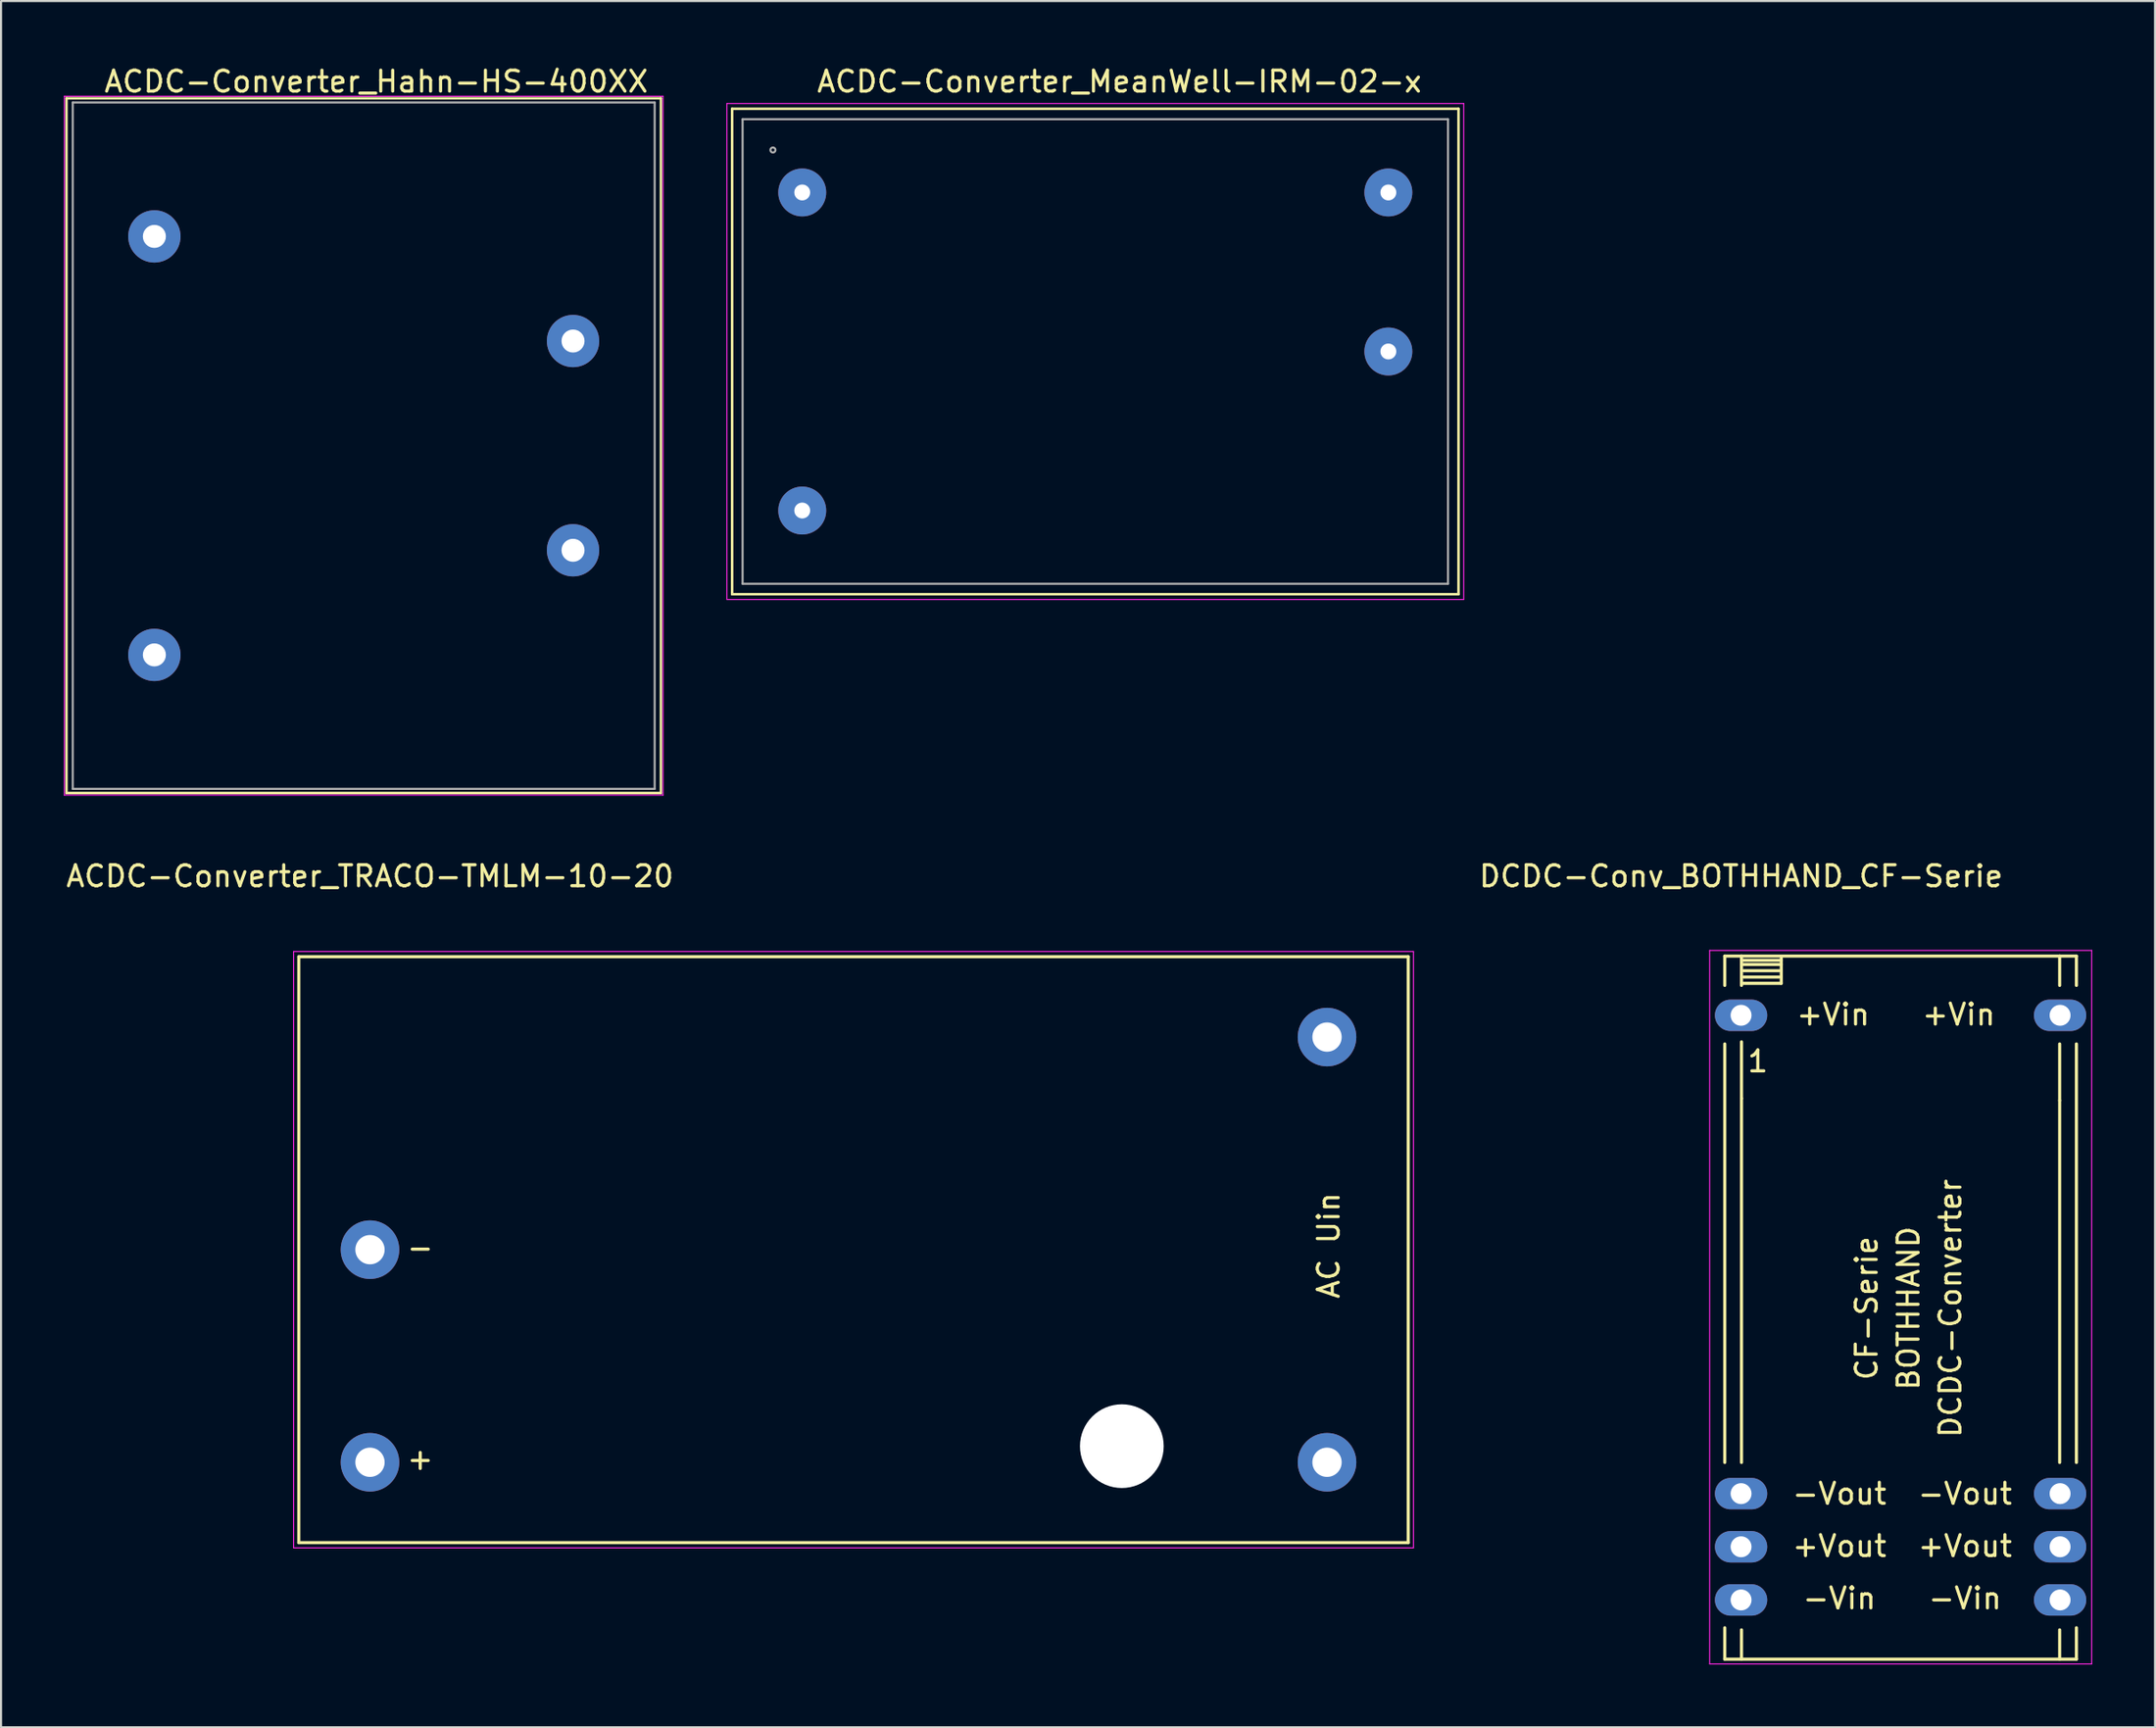
<source format=kicad_pcb>
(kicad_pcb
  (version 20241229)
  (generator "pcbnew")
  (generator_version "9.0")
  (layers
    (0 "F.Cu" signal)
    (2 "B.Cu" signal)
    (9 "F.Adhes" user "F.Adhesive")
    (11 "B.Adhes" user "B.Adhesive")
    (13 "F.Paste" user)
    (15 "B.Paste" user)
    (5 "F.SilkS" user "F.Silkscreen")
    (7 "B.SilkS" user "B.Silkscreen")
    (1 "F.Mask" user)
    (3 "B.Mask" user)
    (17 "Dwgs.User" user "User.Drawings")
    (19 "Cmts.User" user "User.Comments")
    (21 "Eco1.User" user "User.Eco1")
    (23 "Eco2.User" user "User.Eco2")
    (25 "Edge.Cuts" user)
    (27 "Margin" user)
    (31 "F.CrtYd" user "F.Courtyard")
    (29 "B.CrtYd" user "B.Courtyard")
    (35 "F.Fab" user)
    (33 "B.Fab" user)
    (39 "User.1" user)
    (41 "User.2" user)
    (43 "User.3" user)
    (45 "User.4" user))
  (footprint "ACDC-Converter_MeanWell-IRM-02-x"
    (layer "F.Cu")
    (at 35.275 6.148)
    (property "Reference" "ACDC-Converter_MeanWell-IRM-02-x" (at 15.15 -5.3 0) (layer "F.SilkS") (effects (font (size 1 1) (thickness 0.15))))
    (attr through_hole)
    (fp_line (start -3.35 -4) (end 31.35 -4) (stroke (width 0.12) (type solid)) (layer "F.SilkS"))
    (fp_line (start -3.35 19.2) (end -3.35 -4) (stroke (width 0.12) (type solid)) (layer "F.SilkS"))
    (fp_line (start -3.35 19.2) (end 31.35 19.2) (stroke (width 0.12) (type solid)) (layer "F.SilkS"))
    (fp_line (start 31.35 -4) (end 31.35 19.2) (stroke (width 0.12) (type solid)) (layer "F.SilkS"))
    (fp_line (start -3.6 -4.25) (end 31.6 -4.25) (stroke (width 0.05) (type solid)) (layer "F.CrtYd"))
    (fp_line (start -3.6 19.45) (end -3.6 -4.25) (stroke (width 0.05) (type solid)) (layer "F.CrtYd"))
    (fp_line (start -3.6 19.45) (end 31.6 19.45) (stroke (width 0.05) (type solid)) (layer "F.CrtYd"))
    (fp_line (start 31.6 19.45) (end 31.6 -4.25) (stroke (width 0.05) (type solid)) (layer "F.CrtYd"))
    (fp_line (start -2.85 -3.5) (end 30.85 -3.5) (stroke (width 0.1) (type solid)) (layer "F.Fab"))
    (fp_line (start -2.85 18.7) (end -2.85 -3.5) (stroke (width 0.1) (type solid)) (layer "F.Fab"))
    (fp_line (start -2.85 18.7) (end 30.85 18.7) (stroke (width 0.1) (type solid)) (layer "F.Fab"))
    (fp_line (start 30.85 18.7) (end 30.85 -3.5) (stroke (width 0.1) (type solid)) (layer "F.Fab"))
    (fp_circle (center -1.4 -2.03) (end -1.4 -1.91) (stroke (width 0.1) (type solid)) (fill no) (layer "F.Fab"))
    (pad "1" thru_hole circle (at 0 0) (size 2.29 2.29) (drill 0.76) (layers "*.Cu" "*.Mask"))
    (pad "2" thru_hole circle (at 0 15.2) (size 2.29 2.29) (drill 0.76) (layers "*.Cu" "*.Mask"))
    (pad "3" thru_hole circle (at 28 0) (size 2.29 2.29) (drill 0.76) (layers "*.Cu" "*.Mask"))
    (pad "4" thru_hole circle (at 28 7.6) (size 2.29 2.29) (drill 0.76) (layers "*.Cu" "*.Mask")))
  (footprint "ACDC-Converter_Hahn-HS-400XX"
    (layer "F.Cu")
    (at 4.325 28.248)
    (property "Reference" "ACDC-Converter_Hahn-HS-400XX" (at 10.6 -27.4 0) (layer "F.SilkS") (effects (font (size 1 1) (thickness 0.15))))
    (attr through_hole)
    (fp_line (start -4.2 -26.6) (end 24.2 -26.6) (stroke (width 0.12) (type solid)) (layer "F.SilkS"))
    (fp_line (start -4.2 6.6) (end -4.2 -26.6) (stroke (width 0.12) (type solid)) (layer "F.SilkS"))
    (fp_line (start 24.2 -26.6) (end 24.2 6.6) (stroke (width 0.12) (type solid)) (layer "F.SilkS"))
    (fp_line (start 24.2 6.6) (end -4.2 6.6) (stroke (width 0.12) (type solid)) (layer "F.SilkS"))
    (fp_line (start -4.3 -26.7) (end 24.3 -26.7) (stroke (width 0.05) (type solid)) (layer "F.CrtYd"))
    (fp_line (start -4.3 6.7) (end -4.3 -26.7) (stroke (width 0.05) (type solid)) (layer "F.CrtYd"))
    (fp_line (start 24.3 -26.7) (end 24.3 6.7) (stroke (width 0.05) (type solid)) (layer "F.CrtYd"))
    (fp_line (start 24.3 6.7) (end -4.3 6.7) (stroke (width 0.05) (type solid)) (layer "F.CrtYd"))
    (fp_line (start -3.9 -26.4) (end 23.9 -26.4) (stroke (width 0.1) (type solid)) (layer "F.Fab"))
    (fp_line (start -3.9 6.4) (end -3.9 -26.4) (stroke (width 0.1) (type solid)) (layer "F.Fab"))
    (fp_line (start -3.9 6.4) (end 23.9 6.4) (stroke (width 0.1) (type solid)) (layer "F.Fab"))
    (fp_line (start 23.9 6.4) (end 23.9 -26.4) (stroke (width 0.1) (type solid)) (layer "F.Fab"))
    (pad "1" thru_hole circle (at 0 0) (size 2.5 2.5) (drill 1.1) (layers "*.Cu" "*.Mask"))
    (pad "5" thru_hole circle (at 0 -20) (size 2.5 2.5) (drill 1.1) (layers "*.Cu" "*.Mask"))
    (pad "7" thru_hole circle (at 20 -15) (size 2.5 2.5) (drill 1.1) (layers "*.Cu" "*.Mask"))
    (pad "9" thru_hole circle (at 20 -5) (size 2.5 2.5) (drill 1.1) (layers "*.Cu" "*.Mask")))
  (footprint "ACDC-Converter_TRACO-TMLM-10-20"
    (layer "F.Cu")
    (at 14.625 56.672)
    (property "Reference" "ACDC-Converter_TRACO-TMLM-10-20" (at 0 -17.85 0) (layer "F.SilkS") (effects (font (size 1 1) (thickness 0.15))))
    (attr through_hole)
    (fp_line (start -3.401 -14.001) (end 49.599 -14.001) (stroke (width 0.15) (type solid)) (layer "F.SilkS"))
    (fp_line (start -3.401 14.001) (end -3.401 -14.001) (stroke (width 0.15) (type solid)) (layer "F.SilkS"))
    (fp_line (start 49.599 -14.001) (end 49.599 14.001) (stroke (width 0.15) (type solid)) (layer "F.SilkS"))
    (fp_line (start 49.599 14.001) (end -3.401 14.001) (stroke (width 0.15) (type solid)) (layer "F.SilkS"))
    (fp_line (start -3.65 -14.25) (end -3.65 14.25) (stroke (width 0.05) (type solid)) (layer "F.CrtYd"))
    (fp_line (start -3.65 -14.25) (end 49.85 -14.25) (stroke (width 0.05) (type solid)) (layer "F.CrtYd"))
    (fp_line (start -3.65 14.25) (end 49.85 14.25) (stroke (width 0.05) (type solid)) (layer "F.CrtYd"))
    (fp_line (start 49.85 -14.25) (end 49.85 14.25) (stroke (width 0.05) (type solid)) (layer "F.CrtYd"))
    (fp_text user "+" (at 2.4 10 0) (layer "F.SilkS") (effects (font (size 1 1) (thickness 0.15))))
    (fp_text user "AC Uin" (at 45.8 -0.2 90) (layer "F.SilkS") (effects (font (size 1 1) (thickness 0.15))))
    (fp_text user "-" (at 2.4 -0.1 0) (layer "F.SilkS") (effects (font (size 1 1) (thickness 0.15))))
    (pad "" np_thru_hole circle (at 35.918 9.39) (size 4 4) (drill 4) (layers "*.Cu" "*.Mask"))
    (pad "1" thru_hole circle (at 0 0) (size 2.799 2.799) (drill 1.4) (layers "*.Cu" "*.Mask"))
    (pad "2" thru_hole circle (at 0 10.16) (size 2.799 2.799) (drill 1.4) (layers "*.Cu" "*.Mask"))
    (pad "3" thru_hole circle (at 45.72 10.16) (size 2.799 2.799) (drill 1.4) (layers "*.Cu" "*.Mask"))
    (pad "4" thru_hole circle (at 45.72 -10.16) (size 2.799 2.799) (drill 1.4) (layers "*.Cu" "*.Mask")))
  (footprint "DCDC-Conv_BOTHHAND_CF-Serie"
    (layer "F.Cu")
    (at 80.125 45.471)
    (property "Reference" "DCDC-Conv_BOTHHAND_CF-Serie" (at 0 -6.65 0) (layer "F.SilkS") (effects (font (size 1 1) (thickness 0.15))))
    (attr through_hole)
    (fp_line (start -0.78 -2.83) (end -0.78 -1.43) (stroke (width 0.15) (type solid)) (layer "F.SilkS"))
    (fp_line (start -0.78 21.369) (end -0.78 1.369) (stroke (width 0.15) (type solid)) (layer "F.SilkS"))
    (fp_line (start -0.78 30.77) (end -0.78 29.271) (stroke (width 0.15) (type solid)) (layer "F.SilkS"))
    (fp_line (start 0.02 -2.83) (end -0.78 -2.83) (stroke (width 0.15) (type solid)) (layer "F.SilkS"))
    (fp_line (start 0.02 -2.83) (end 0.02 -1.43) (stroke (width 0.15) (type solid)) (layer "F.SilkS"))
    (fp_line (start 0.02 3.97) (end 0.02 1.27) (stroke (width 0.15) (type solid)) (layer "F.SilkS"))
    (fp_line (start 0.02 21.369) (end 0.02 3.97) (stroke (width 0.15) (type solid)) (layer "F.SilkS"))
    (fp_line (start 0.02 30.77) (end -0.78 30.77) (stroke (width 0.15) (type solid)) (layer "F.SilkS"))
    (fp_line (start 0.02 30.77) (end 0.02 29.37) (stroke (width 0.15) (type solid)) (layer "F.SilkS"))
    (fp_line (start 0.02 30.77) (end 15.22 30.77) (stroke (width 0.15) (type solid)) (layer "F.SilkS"))
    (fp_line (start 1.821 -2.131) (end 0.119 -2.131) (stroke (width 0.15) (type solid)) (layer "F.SilkS"))
    (fp_line (start 1.821 -1.829) (end 0.119 -1.829) (stroke (width 0.15) (type solid)) (layer "F.SilkS"))
    (fp_line (start 1.92 -2.731) (end 1.92 -1.529) (stroke (width 0.15) (type solid)) (layer "F.SilkS"))
    (fp_line (start 1.92 -2.629) (end 0.02 -2.629) (stroke (width 0.15) (type solid)) (layer "F.SilkS"))
    (fp_line (start 1.92 -2.431) (end 0.02 -2.431) (stroke (width 0.15) (type solid)) (layer "F.SilkS"))
    (fp_line (start 1.92 -1.529) (end 0.02 -1.529) (stroke (width 0.15) (type solid)) (layer "F.SilkS"))
    (fp_line (start 15.22 -2.83) (end 0.02 -2.83) (stroke (width 0.15) (type solid)) (layer "F.SilkS"))
    (fp_line (start 15.22 -2.83) (end 15.22 -1.43) (stroke (width 0.15) (type solid)) (layer "F.SilkS"))
    (fp_line (start 15.22 -2.83) (end 16.02 -2.83) (stroke (width 0.15) (type solid)) (layer "F.SilkS"))
    (fp_line (start 15.22 4.069) (end 15.22 1.369) (stroke (width 0.15) (type solid)) (layer "F.SilkS"))
    (fp_line (start 15.22 4.069) (end 15.22 21.369) (stroke (width 0.15) (type solid)) (layer "F.SilkS"))
    (fp_line (start 15.22 29.37) (end 15.22 30.77) (stroke (width 0.15) (type solid)) (layer "F.SilkS"))
    (fp_line (start 15.22 30.77) (end 16.02 30.77) (stroke (width 0.15) (type solid)) (layer "F.SilkS"))
    (fp_line (start 16.02 -2.83) (end 16.02 -1.43) (stroke (width 0.15) (type solid)) (layer "F.SilkS"))
    (fp_line (start 16.02 21.369) (end 16.02 1.369) (stroke (width 0.15) (type solid)) (layer "F.SilkS"))
    (fp_line (start 16.02 30.77) (end 16.02 29.271) (stroke (width 0.15) (type solid)) (layer "F.SilkS"))
    (fp_line (start -1.5 -3.1) (end -1.5 31) (stroke (width 0.05) (type solid)) (layer "F.CrtYd"))
    (fp_line (start -1.5 -3.1) (end 16.75 -3.1) (stroke (width 0.05) (type solid)) (layer "F.CrtYd"))
    (fp_line (start -1.5 31) (end 16.75 31) (stroke (width 0.05) (type solid)) (layer "F.CrtYd"))
    (fp_line (start 16.75 -3.1) (end 16.75 31) (stroke (width 0.05) (type solid)) (layer "F.CrtYd"))
    (fp_text user "+Vin" (at 4.398 -0.038 0) (layer "F.SilkS") (effects (font (size 1 1) (thickness 0.15))))
    (fp_text user "CF-Serie" (at 6 14 270) (layer "F.SilkS") (effects (font (size 1 1) (thickness 0.15))))
    (fp_text user "DCDC-Converter" (at 10 14 270) (layer "F.SilkS") (effects (font (size 1 1) (thickness 0.15))))
    (fp_text user "1" (at 0.8 2.2 0) (layer "F.SilkS") (effects (font (size 1 1) (thickness 0.15))))
    (fp_text user "-Vin" (at 4.698 27.863 0) (layer "F.SilkS") (effects (font (size 1 1) (thickness 0.15))))
    (fp_text user "+Vout" (at 10.698 25.364 0) (layer "F.SilkS") (effects (font (size 1 1) (thickness 0.15))))
    (fp_text user "+Vout" (at 4.698 25.364 0) (layer "F.SilkS") (effects (font (size 1 1) (thickness 0.15))))
    (fp_text user "-Vout" (at 10.698 22.862 0) (layer "F.SilkS") (effects (font (size 1 1) (thickness 0.15))))
    (fp_text user "BOTHHAND" (at 8 14 270) (layer "F.SilkS") (effects (font (size 1 1) (thickness 0.15))))
    (fp_text user "-Vin" (at 10.698 27.863 0) (layer "F.SilkS") (effects (font (size 1 1) (thickness 0.15))))
    (fp_text user "-Vout" (at 4.698 22.862 0) (layer "F.SilkS") (effects (font (size 1 1) (thickness 0.15))))
    (fp_text user "+Vin" (at 10.398 -0.038 0) (layer "F.SilkS") (effects (font (size 1 1) (thickness 0.15))))
    (pad "1" thru_hole oval (at 0 0) (size 2.499 1.501) (drill 1.001) (layers "*.Cu" "*.Mask"))
    (pad "10" thru_hole oval (at 0 22.86) (size 2.499 1.501) (drill 1.001) (layers "*.Cu" "*.Mask"))
    (pad "11" thru_hole oval (at 0 25.4) (size 2.499 1.501) (drill 1.001) (layers "*.Cu" "*.Mask"))
    (pad "12" thru_hole oval (at 0 27.94) (size 2.499 1.501) (drill 1.001) (layers "*.Cu" "*.Mask"))
    (pad "13" thru_hole oval (at 15.24 27.94) (size 2.499 1.501) (drill 1.001) (layers "*.Cu" "*.Mask"))
    (pad "14" thru_hole oval (at 15.24 25.4) (size 2.499 1.501) (drill 1.001) (layers "*.Cu" "*.Mask"))
    (pad "15" thru_hole oval (at 15.24 22.86) (size 2.499 1.501) (drill 1.001) (layers "*.Cu" "*.Mask"))
    (pad "24" thru_hole oval (at 15.24 0) (size 2.499 1.501) (drill 1.001) (layers "*.Cu" "*.Mask")))
  (gr_rect
    (start -3 -3)
    (end 99.9 79.496)
    (stroke (width 0.1) (type default))
    (fill no)
    (layer "Edge.Cuts")))
</source>
